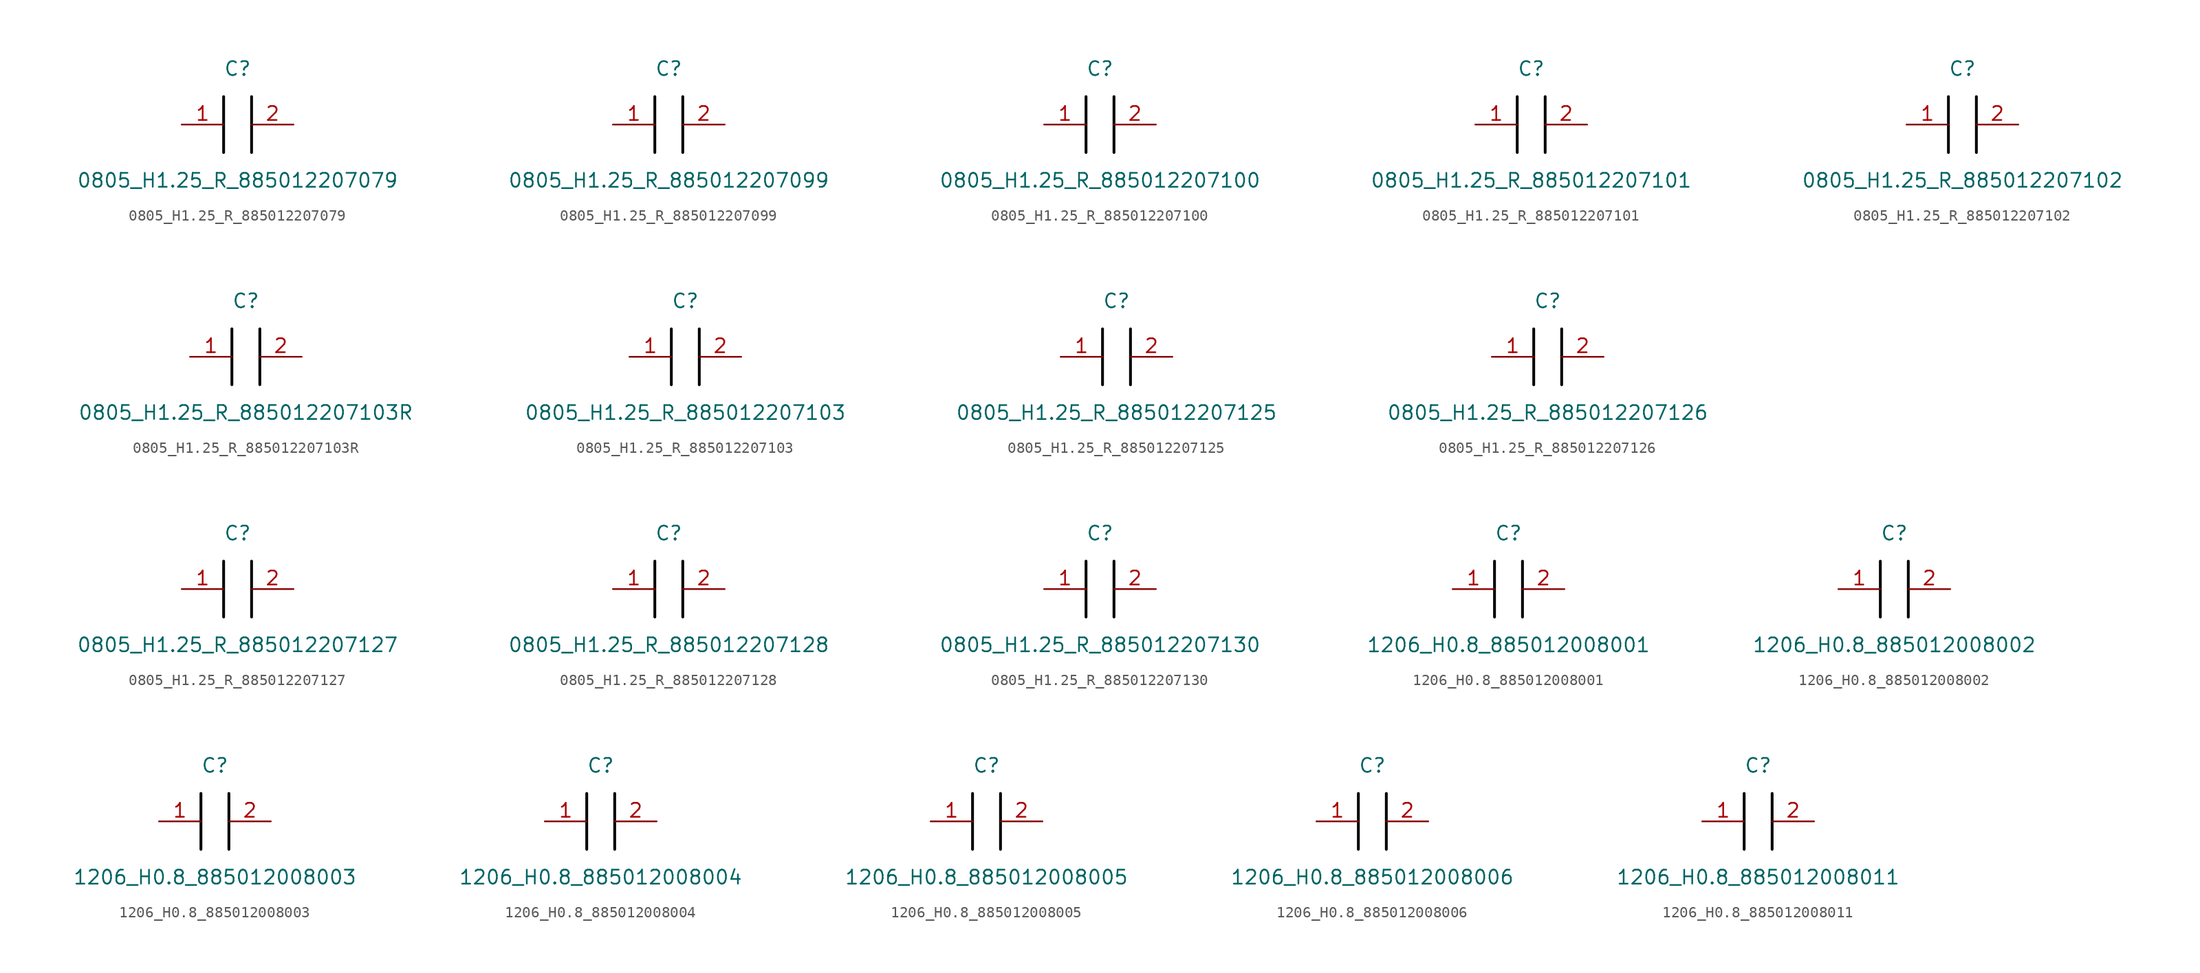
<source format=kicad_sym>
(kicad_symbol_lib
  (version 20220914)
  (generator kicad_symbol_editor)
  (symbol "0805_H1.25_R_885012207079"
    (pin_names hide)
    (property "Reference" "C"
      (at 0 5.08 0)
      (effects (font (size 1.27 1.27))))
    (property "Value" "0805_H1.25_R_885012207079"
      (at 0 -5.08 0)
      (effects (font (size 1.27 1.27))))
    (symbol "0805_H1.25_R_885012207079_1_1"
      (polyline (pts (xy -1.27 2.54) (xy -1.27 -2.54)) (stroke (width 0.254) (type default) (color 0 0 0 1)) (fill (type none)))
      (polyline (pts (xy 1.27 2.54) (xy 1.27 -2.54)) (stroke (width 0.254) (type default) (color 0 0 0 1)) (fill (type none)))
      (pin passive line (at -5.08 0 0) (length 3.81) (name "1" (effects (font (size 1.27 1.27)))) (number "1" (effects (font (size 1.27 1.27)))))
      (pin passive line (at 5.08 0 180) (length 3.81) (name "2" (effects (font (size 1.27 1.27)))) (number "2" (effects (font (size 1.27 1.27)))))))
  (symbol "0805_H1.25_R_885012207099"
    (pin_names hide)
    (property "Reference" "C"
      (at 0 5.08 0)
      (effects (font (size 1.27 1.27))))
    (property "Value" "0805_H1.25_R_885012207099"
      (at 0 -5.08 0)
      (effects (font (size 1.27 1.27))))
    (symbol "0805_H1.25_R_885012207099_1_1"
      (polyline (pts (xy -1.27 2.54) (xy -1.27 -2.54)) (stroke (width 0.254) (type default) (color 0 0 0 1)) (fill (type none)))
      (polyline (pts (xy 1.27 2.54) (xy 1.27 -2.54)) (stroke (width 0.254) (type default) (color 0 0 0 1)) (fill (type none)))
      (pin passive line (at -5.08 0 0) (length 3.81) (name "1" (effects (font (size 1.27 1.27)))) (number "1" (effects (font (size 1.27 1.27)))))
      (pin passive line (at 5.08 0 180) (length 3.81) (name "2" (effects (font (size 1.27 1.27)))) (number "2" (effects (font (size 1.27 1.27)))))))
  (symbol "0805_H1.25_R_885012207100"
    (pin_names hide)
    (property "Reference" "C"
      (at 0 5.08 0)
      (effects (font (size 1.27 1.27))))
    (property "Value" "0805_H1.25_R_885012207100"
      (at 0 -5.08 0)
      (effects (font (size 1.27 1.27))))
    (symbol "0805_H1.25_R_885012207100_1_1"
      (polyline (pts (xy -1.27 2.54) (xy -1.27 -2.54)) (stroke (width 0.254) (type default) (color 0 0 0 1)) (fill (type none)))
      (polyline (pts (xy 1.27 2.54) (xy 1.27 -2.54)) (stroke (width 0.254) (type default) (color 0 0 0 1)) (fill (type none)))
      (pin passive line (at -5.08 0 0) (length 3.81) (name "1" (effects (font (size 1.27 1.27)))) (number "1" (effects (font (size 1.27 1.27)))))
      (pin passive line (at 5.08 0 180) (length 3.81) (name "2" (effects (font (size 1.27 1.27)))) (number "2" (effects (font (size 1.27 1.27)))))))
  (symbol "0805_H1.25_R_885012207101"
    (pin_names hide)
    (property "Reference" "C"
      (at 0 5.08 0)
      (effects (font (size 1.27 1.27))))
    (property "Value" "0805_H1.25_R_885012207101"
      (at 0 -5.08 0)
      (effects (font (size 1.27 1.27))))
    (symbol "0805_H1.25_R_885012207101_1_1"
      (polyline (pts (xy -1.27 2.54) (xy -1.27 -2.54)) (stroke (width 0.254) (type default) (color 0 0 0 1)) (fill (type none)))
      (polyline (pts (xy 1.27 2.54) (xy 1.27 -2.54)) (stroke (width 0.254) (type default) (color 0 0 0 1)) (fill (type none)))
      (pin passive line (at -5.08 0 0) (length 3.81) (name "1" (effects (font (size 1.27 1.27)))) (number "1" (effects (font (size 1.27 1.27)))))
      (pin passive line (at 5.08 0 180) (length 3.81) (name "2" (effects (font (size 1.27 1.27)))) (number "2" (effects (font (size 1.27 1.27)))))))
  (symbol "0805_H1.25_R_885012207102"
    (pin_names hide)
    (property "Reference" "C"
      (at 0 5.08 0)
      (effects (font (size 1.27 1.27))))
    (property "Value" "0805_H1.25_R_885012207102"
      (at 0 -5.08 0)
      (effects (font (size 1.27 1.27))))
    (symbol "0805_H1.25_R_885012207102_1_1"
      (polyline (pts (xy -1.27 2.54) (xy -1.27 -2.54)) (stroke (width 0.254) (type default) (color 0 0 0 1)) (fill (type none)))
      (polyline (pts (xy 1.27 2.54) (xy 1.27 -2.54)) (stroke (width 0.254) (type default) (color 0 0 0 1)) (fill (type none)))
      (pin passive line (at -5.08 0 0) (length 3.81) (name "1" (effects (font (size 1.27 1.27)))) (number "1" (effects (font (size 1.27 1.27)))))
      (pin passive line (at 5.08 0 180) (length 3.81) (name "2" (effects (font (size 1.27 1.27)))) (number "2" (effects (font (size 1.27 1.27)))))))
  (symbol "0805_H1.25_R_885012207103R"
    (pin_names hide)
    (property "Reference" "C"
      (at 0 5.08 0)
      (effects (font (size 1.27 1.27))))
    (property "Value" "0805_H1.25_R_885012207103R"
      (at 0 -5.08 0)
      (effects (font (size 1.27 1.27))))
    (symbol "0805_H1.25_R_885012207103R_1_1"
      (polyline (pts (xy -1.27 2.54) (xy -1.27 -2.54)) (stroke (width 0.254) (type default) (color 0 0 0 1)) (fill (type none)))
      (polyline (pts (xy 1.27 2.54) (xy 1.27 -2.54)) (stroke (width 0.254) (type default) (color 0 0 0 1)) (fill (type none)))
      (pin passive line (at -5.08 0 0) (length 3.81) (name "1" (effects (font (size 1.27 1.27)))) (number "1" (effects (font (size 1.27 1.27)))))
      (pin passive line (at 5.08 0 180) (length 3.81) (name "2" (effects (font (size 1.27 1.27)))) (number "2" (effects (font (size 1.27 1.27)))))))
  (symbol "0805_H1.25_R_885012207103"
    (pin_names hide)
    (property "Reference" "C"
      (at 0 5.08 0)
      (effects (font (size 1.27 1.27))))
    (property "Value" "0805_H1.25_R_885012207103"
      (at 0 -5.08 0)
      (effects (font (size 1.27 1.27))))
    (symbol "0805_H1.25_R_885012207103_1_1"
      (polyline (pts (xy -1.27 2.54) (xy -1.27 -2.54)) (stroke (width 0.254) (type default) (color 0 0 0 1)) (fill (type none)))
      (polyline (pts (xy 1.27 2.54) (xy 1.27 -2.54)) (stroke (width 0.254) (type default) (color 0 0 0 1)) (fill (type none)))
      (pin passive line (at -5.08 0 0) (length 3.81) (name "1" (effects (font (size 1.27 1.27)))) (number "1" (effects (font (size 1.27 1.27)))))
      (pin passive line (at 5.08 0 180) (length 3.81) (name "2" (effects (font (size 1.27 1.27)))) (number "2" (effects (font (size 1.27 1.27)))))))
  (symbol "0805_H1.25_R_885012207125"
    (pin_names hide)
    (property "Reference" "C"
      (at 0 5.08 0)
      (effects (font (size 1.27 1.27))))
    (property "Value" "0805_H1.25_R_885012207125"
      (at 0 -5.08 0)
      (effects (font (size 1.27 1.27))))
    (symbol "0805_H1.25_R_885012207125_1_1"
      (polyline (pts (xy -1.27 2.54) (xy -1.27 -2.54)) (stroke (width 0.254) (type default) (color 0 0 0 1)) (fill (type none)))
      (polyline (pts (xy 1.27 2.54) (xy 1.27 -2.54)) (stroke (width 0.254) (type default) (color 0 0 0 1)) (fill (type none)))
      (pin passive line (at -5.08 0 0) (length 3.81) (name "1" (effects (font (size 1.27 1.27)))) (number "1" (effects (font (size 1.27 1.27)))))
      (pin passive line (at 5.08 0 180) (length 3.81) (name "2" (effects (font (size 1.27 1.27)))) (number "2" (effects (font (size 1.27 1.27)))))))
  (symbol "0805_H1.25_R_885012207126"
    (pin_names hide)
    (property "Reference" "C"
      (at 0 5.08 0)
      (effects (font (size 1.27 1.27))))
    (property "Value" "0805_H1.25_R_885012207126"
      (at 0 -5.08 0)
      (effects (font (size 1.27 1.27))))
    (symbol "0805_H1.25_R_885012207126_1_1"
      (polyline (pts (xy -1.27 2.54) (xy -1.27 -2.54)) (stroke (width 0.254) (type default) (color 0 0 0 1)) (fill (type none)))
      (polyline (pts (xy 1.27 2.54) (xy 1.27 -2.54)) (stroke (width 0.254) (type default) (color 0 0 0 1)) (fill (type none)))
      (pin passive line (at -5.08 0 0) (length 3.81) (name "1" (effects (font (size 1.27 1.27)))) (number "1" (effects (font (size 1.27 1.27)))))
      (pin passive line (at 5.08 0 180) (length 3.81) (name "2" (effects (font (size 1.27 1.27)))) (number "2" (effects (font (size 1.27 1.27)))))))
  (symbol "0805_H1.25_R_885012207127"
    (pin_names hide)
    (property "Reference" "C"
      (at 0 5.08 0)
      (effects (font (size 1.27 1.27))))
    (property "Value" "0805_H1.25_R_885012207127"
      (at 0 -5.08 0)
      (effects (font (size 1.27 1.27))))
    (symbol "0805_H1.25_R_885012207127_1_1"
      (polyline (pts (xy -1.27 2.54) (xy -1.27 -2.54)) (stroke (width 0.254) (type default) (color 0 0 0 1)) (fill (type none)))
      (polyline (pts (xy 1.27 2.54) (xy 1.27 -2.54)) (stroke (width 0.254) (type default) (color 0 0 0 1)) (fill (type none)))
      (pin passive line (at -5.08 0 0) (length 3.81) (name "1" (effects (font (size 1.27 1.27)))) (number "1" (effects (font (size 1.27 1.27)))))
      (pin passive line (at 5.08 0 180) (length 3.81) (name "2" (effects (font (size 1.27 1.27)))) (number "2" (effects (font (size 1.27 1.27)))))))
  (symbol "0805_H1.25_R_885012207128"
    (pin_names hide)
    (property "Reference" "C"
      (at 0 5.08 0)
      (effects (font (size 1.27 1.27))))
    (property "Value" "0805_H1.25_R_885012207128"
      (at 0 -5.08 0)
      (effects (font (size 1.27 1.27))))
    (symbol "0805_H1.25_R_885012207128_1_1"
      (polyline (pts (xy -1.27 2.54) (xy -1.27 -2.54)) (stroke (width 0.254) (type default) (color 0 0 0 1)) (fill (type none)))
      (polyline (pts (xy 1.27 2.54) (xy 1.27 -2.54)) (stroke (width 0.254) (type default) (color 0 0 0 1)) (fill (type none)))
      (pin passive line (at -5.08 0 0) (length 3.81) (name "1" (effects (font (size 1.27 1.27)))) (number "1" (effects (font (size 1.27 1.27)))))
      (pin passive line (at 5.08 0 180) (length 3.81) (name "2" (effects (font (size 1.27 1.27)))) (number "2" (effects (font (size 1.27 1.27)))))))
  (symbol "0805_H1.25_R_885012207130"
    (pin_names hide)
    (property "Reference" "C"
      (at 0 5.08 0)
      (effects (font (size 1.27 1.27))))
    (property "Value" "0805_H1.25_R_885012207130"
      (at 0 -5.08 0)
      (effects (font (size 1.27 1.27))))
    (symbol "0805_H1.25_R_885012207130_1_1"
      (polyline (pts (xy -1.27 2.54) (xy -1.27 -2.54)) (stroke (width 0.254) (type default) (color 0 0 0 1)) (fill (type none)))
      (polyline (pts (xy 1.27 2.54) (xy 1.27 -2.54)) (stroke (width 0.254) (type default) (color 0 0 0 1)) (fill (type none)))
      (pin passive line (at -5.08 0 0) (length 3.81) (name "1" (effects (font (size 1.27 1.27)))) (number "1" (effects (font (size 1.27 1.27)))))
      (pin passive line (at 5.08 0 180) (length 3.81) (name "2" (effects (font (size 1.27 1.27)))) (number "2" (effects (font (size 1.27 1.27)))))))
  (symbol "1206_H0.8_885012008001"
    (pin_names hide)
    (property "Reference" "C"
      (at 0 5.08 0)
      (effects (font (size 1.27 1.27))))
    (property "Value" "1206_H0.8_885012008001"
      (at 0 -5.08 0)
      (effects (font (size 1.27 1.27))))
    (symbol "1206_H0.8_885012008001_1_1"
      (polyline (pts (xy -1.27 2.54) (xy -1.27 -2.54)) (stroke (width 0.254) (type default) (color 0 0 0 1)) (fill (type none)))
      (polyline (pts (xy 1.27 2.54) (xy 1.27 -2.54)) (stroke (width 0.254) (type default) (color 0 0 0 1)) (fill (type none)))
      (pin passive line (at -5.08 0 0) (length 3.81) (name "1" (effects (font (size 1.27 1.27)))) (number "1" (effects (font (size 1.27 1.27)))))
      (pin passive line (at 5.08 0 180) (length 3.81) (name "2" (effects (font (size 1.27 1.27)))) (number "2" (effects (font (size 1.27 1.27)))))))
  (symbol "1206_H0.8_885012008002"
    (pin_names hide)
    (property "Reference" "C"
      (at 0 5.08 0)
      (effects (font (size 1.27 1.27))))
    (property "Value" "1206_H0.8_885012008002"
      (at 0 -5.08 0)
      (effects (font (size 1.27 1.27))))
    (symbol "1206_H0.8_885012008002_1_1"
      (polyline (pts (xy -1.27 2.54) (xy -1.27 -2.54)) (stroke (width 0.254) (type default) (color 0 0 0 1)) (fill (type none)))
      (polyline (pts (xy 1.27 2.54) (xy 1.27 -2.54)) (stroke (width 0.254) (type default) (color 0 0 0 1)) (fill (type none)))
      (pin passive line (at -5.08 0 0) (length 3.81) (name "1" (effects (font (size 1.27 1.27)))) (number "1" (effects (font (size 1.27 1.27)))))
      (pin passive line (at 5.08 0 180) (length 3.81) (name "2" (effects (font (size 1.27 1.27)))) (number "2" (effects (font (size 1.27 1.27)))))))
  (symbol "1206_H0.8_885012008003"
    (pin_names hide)
    (property "Reference" "C"
      (at 0 5.08 0)
      (effects (font (size 1.27 1.27))))
    (property "Value" "1206_H0.8_885012008003"
      (at 0 -5.08 0)
      (effects (font (size 1.27 1.27))))
    (symbol "1206_H0.8_885012008003_1_1"
      (polyline (pts (xy -1.27 2.54) (xy -1.27 -2.54)) (stroke (width 0.254) (type default) (color 0 0 0 1)) (fill (type none)))
      (polyline (pts (xy 1.27 2.54) (xy 1.27 -2.54)) (stroke (width 0.254) (type default) (color 0 0 0 1)) (fill (type none)))
      (pin passive line (at -5.08 0 0) (length 3.81) (name "1" (effects (font (size 1.27 1.27)))) (number "1" (effects (font (size 1.27 1.27)))))
      (pin passive line (at 5.08 0 180) (length 3.81) (name "2" (effects (font (size 1.27 1.27)))) (number "2" (effects (font (size 1.27 1.27)))))))
  (symbol "1206_H0.8_885012008004"
    (pin_names hide)
    (property "Reference" "C"
      (at 0 5.08 0)
      (effects (font (size 1.27 1.27))))
    (property "Value" "1206_H0.8_885012008004"
      (at 0 -5.08 0)
      (effects (font (size 1.27 1.27))))
    (symbol "1206_H0.8_885012008004_1_1"
      (polyline (pts (xy -1.27 2.54) (xy -1.27 -2.54)) (stroke (width 0.254) (type default) (color 0 0 0 1)) (fill (type none)))
      (polyline (pts (xy 1.27 2.54) (xy 1.27 -2.54)) (stroke (width 0.254) (type default) (color 0 0 0 1)) (fill (type none)))
      (pin passive line (at -5.08 0 0) (length 3.81) (name "1" (effects (font (size 1.27 1.27)))) (number "1" (effects (font (size 1.27 1.27)))))
      (pin passive line (at 5.08 0 180) (length 3.81) (name "2" (effects (font (size 1.27 1.27)))) (number "2" (effects (font (size 1.27 1.27)))))))
  (symbol "1206_H0.8_885012008005"
    (pin_names hide)
    (property "Reference" "C"
      (at 0 5.08 0)
      (effects (font (size 1.27 1.27))))
    (property "Value" "1206_H0.8_885012008005"
      (at 0 -5.08 0)
      (effects (font (size 1.27 1.27))))
    (symbol "1206_H0.8_885012008005_1_1"
      (polyline (pts (xy -1.27 2.54) (xy -1.27 -2.54)) (stroke (width 0.254) (type default) (color 0 0 0 1)) (fill (type none)))
      (polyline (pts (xy 1.27 2.54) (xy 1.27 -2.54)) (stroke (width 0.254) (type default) (color 0 0 0 1)) (fill (type none)))
      (pin passive line (at -5.08 0 0) (length 3.81) (name "1" (effects (font (size 1.27 1.27)))) (number "1" (effects (font (size 1.27 1.27)))))
      (pin passive line (at 5.08 0 180) (length 3.81) (name "2" (effects (font (size 1.27 1.27)))) (number "2" (effects (font (size 1.27 1.27)))))))
  (symbol "1206_H0.8_885012008006"
    (pin_names hide)
    (property "Reference" "C"
      (at 0 5.08 0)
      (effects (font (size 1.27 1.27))))
    (property "Value" "1206_H0.8_885012008006"
      (at 0 -5.08 0)
      (effects (font (size 1.27 1.27))))
    (symbol "1206_H0.8_885012008006_1_1"
      (polyline (pts (xy -1.27 2.54) (xy -1.27 -2.54)) (stroke (width 0.254) (type default) (color 0 0 0 1)) (fill (type none)))
      (polyline (pts (xy 1.27 2.54) (xy 1.27 -2.54)) (stroke (width 0.254) (type default) (color 0 0 0 1)) (fill (type none)))
      (pin passive line (at -5.08 0 0) (length 3.81) (name "1" (effects (font (size 1.27 1.27)))) (number "1" (effects (font (size 1.27 1.27)))))
      (pin passive line (at 5.08 0 180) (length 3.81) (name "2" (effects (font (size 1.27 1.27)))) (number "2" (effects (font (size 1.27 1.27)))))))
  (symbol "1206_H0.8_885012008011"
    (pin_names hide)
    (property "Reference" "C"
      (at 0 5.08 0)
      (effects (font (size 1.27 1.27))))
    (property "Value" "1206_H0.8_885012008011"
      (at 0 -5.08 0)
      (effects (font (size 1.27 1.27))))
    (symbol "1206_H0.8_885012008011_1_1"
      (polyline (pts (xy -1.27 2.54) (xy -1.27 -2.54)) (stroke (width 0.254) (type default) (color 0 0 0 1)) (fill (type none)))
      (polyline (pts (xy 1.27 2.54) (xy 1.27 -2.54)) (stroke (width 0.254) (type default) (color 0 0 0 1)) (fill (type none)))
      (pin passive line (at -5.08 0 0) (length 3.81) (name "1" (effects (font (size 1.27 1.27)))) (number "1" (effects (font (size 1.27 1.27)))))
      (pin passive line (at 5.08 0 180) (length 3.81) (name "2" (effects (font (size 1.27 1.27)))) (number "2" (effects (font (size 1.27 1.27))))))))
</source>
